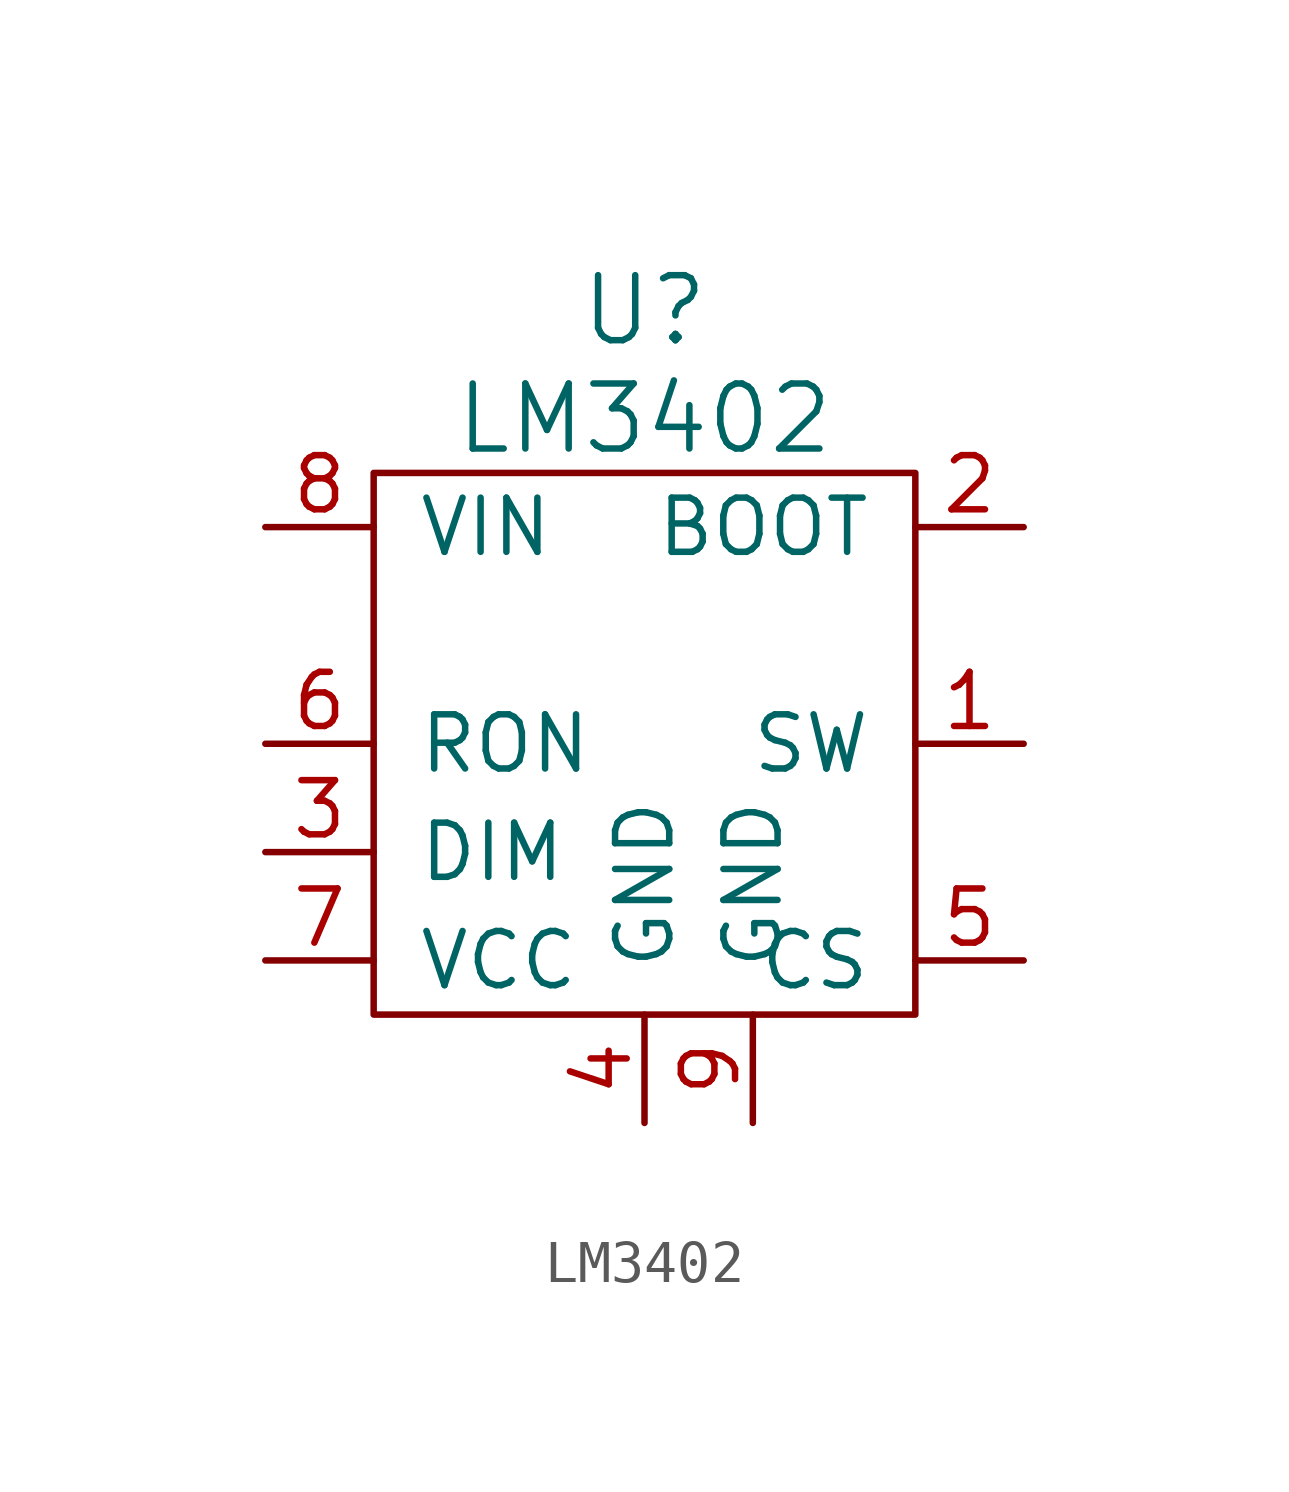
<source format=kicad_sym>
(kicad_symbol_lib
  (version 20220914)
  (generator kicad_symbol_editor)
  (symbol "LM3402"
    (pin_names
      (offset 1.016))
    (property "Reference" "U"
      (at 0 10.16 0)
      (effects (font (size 1.524 1.524))))
    (property "Value" "LM3402"
      (at 0 7.62 0)
      (effects (font (size 1.524 1.524))))
    (property "Footprint" ""
      (at 0 0 0)
      (effects (font (size 1.524 1.524))))
    (property "Datasheet" ""
      (at 0 0 0)
      (effects (font (size 1.524 1.524))))
    (symbol "LM3402_0_1"
      (rectangle (start -6.35 6.35) (end 6.35 -6.35) (stroke (width 0) (type solid)) (fill (type none))))
    (symbol "LM3402_1_1"
      (pin passive line (at 8.89 0 180) (length 2.54) (name "SW" (effects (font (size 1.27 1.27)))) (number "1" (effects (font (size 1.27 1.27)))))
      (pin passive line (at 8.89 5.08 180) (length 2.54) (name "BOOT" (effects (font (size 1.27 1.27)))) (number "2" (effects (font (size 1.27 1.27)))))
      (pin passive line (at -8.89 -2.54 0) (length 2.54) (name "DIM" (effects (font (size 1.27 1.27)))) (number "3" (effects (font (size 1.27 1.27)))))
      (pin passive line (at 0 -8.89 90) (length 2.54) (name "GND" (effects (font (size 1.27 1.27)))) (number "4" (effects (font (size 1.27 1.27)))))
      (pin passive line (at 8.89 -5.08 180) (length 2.54) (name "CS" (effects (font (size 1.27 1.27)))) (number "5" (effects (font (size 1.27 1.27)))))
      (pin passive line (at -8.89 0 0) (length 2.54) (name "RON" (effects (font (size 1.27 1.27)))) (number "6" (effects (font (size 1.27 1.27)))))
      (pin passive line (at -8.89 -5.08 0) (length 2.54) (name "VCC" (effects (font (size 1.27 1.27)))) (number "7" (effects (font (size 1.27 1.27)))))
      (pin passive line (at -8.89 5.08 0) (length 2.54) (name "VIN" (effects (font (size 1.27 1.27)))) (number "8" (effects (font (size 1.27 1.27)))))
      (pin passive line (at 2.54 -8.89 90) (length 2.54) (name "GND" (effects (font (size 1.27 1.27)))) (number "9" (effects (font (size 1.27 1.27))))))))
</source>
